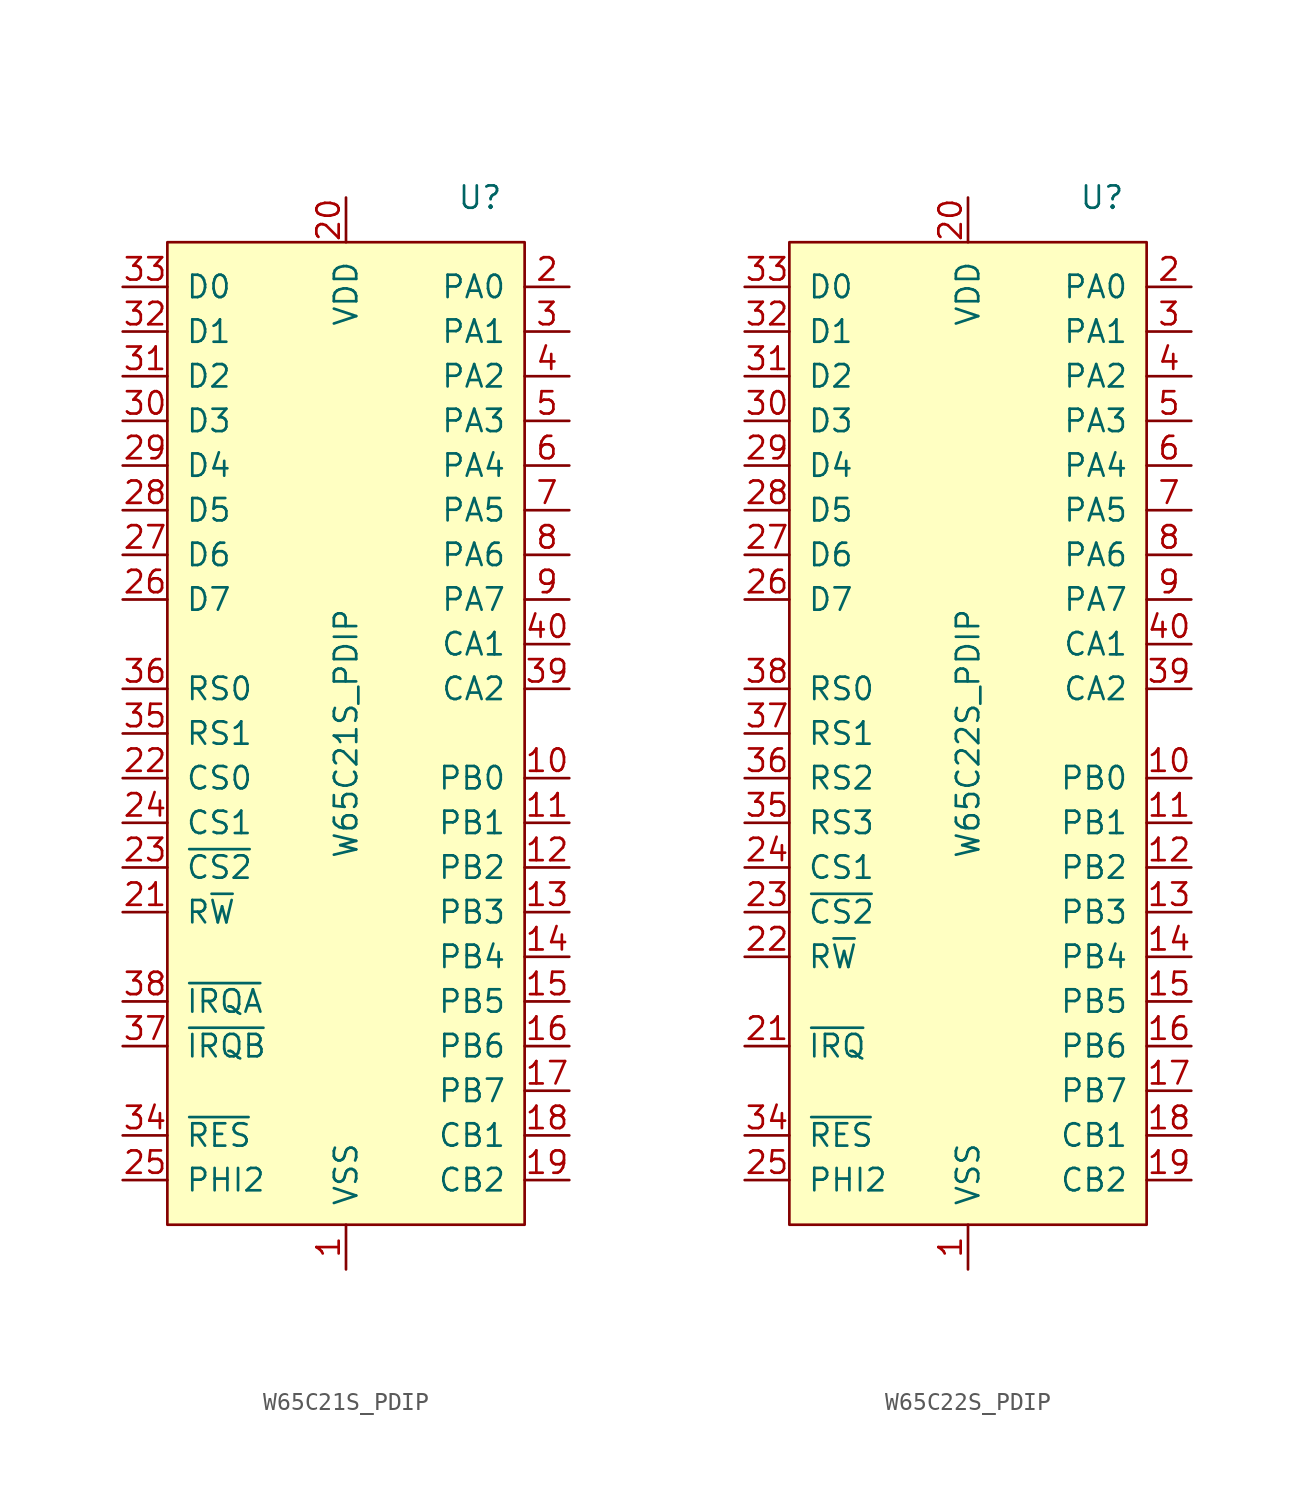
<source format=kicad_sym>
(kicad_symbol_lib
  (version 20211014)
  (generator kicad_symbol_editor)
  (symbol "W65C21S_PDIP"
    (pin_names
      (offset 1.016))
    (property "Reference" "U"
      (at 7.62 30.48 0)
      (effects (font (size 1.27 1.27))))
    (property "Value" "W65C21S_PDIP"
      (at 0 0 90)
      (effects (font (size 1.27 1.27))))
    (symbol "W65C21S_PDIP_0_1"
      (rectangle (start 10.16 27.94) (end -10.16 -27.94) (stroke (width 0) (type default) (color 0 0 0 0)) (fill (type background))))
    (symbol "W65C21S_PDIP_1_1"
      (pin power_in line (at 0 -30.48 90) (length 2.54) (name "VSS" (effects (font (size 1.27 1.27)))) (number "1" (effects (font (size 1.27 1.27)))))
      (pin bidirectional line (at 12.7 -2.54 180) (length 2.54) (name "PB0" (effects (font (size 1.27 1.27)))) (number "10" (effects (font (size 1.27 1.27)))))
      (pin bidirectional line (at 12.7 -5.08 180) (length 2.54) (name "PB1" (effects (font (size 1.27 1.27)))) (number "11" (effects (font (size 1.27 1.27)))))
      (pin bidirectional line (at 12.7 -7.62 180) (length 2.54) (name "PB2" (effects (font (size 1.27 1.27)))) (number "12" (effects (font (size 1.27 1.27)))))
      (pin bidirectional line (at 12.7 -10.16 180) (length 2.54) (name "PB3" (effects (font (size 1.27 1.27)))) (number "13" (effects (font (size 1.27 1.27)))))
      (pin bidirectional line (at 12.7 -12.7 180) (length 2.54) (name "PB4" (effects (font (size 1.27 1.27)))) (number "14" (effects (font (size 1.27 1.27)))))
      (pin bidirectional line (at 12.7 -15.24 180) (length 2.54) (name "PB5" (effects (font (size 1.27 1.27)))) (number "15" (effects (font (size 1.27 1.27)))))
      (pin bidirectional line (at 12.7 -17.78 180) (length 2.54) (name "PB6" (effects (font (size 1.27 1.27)))) (number "16" (effects (font (size 1.27 1.27)))))
      (pin bidirectional line (at 12.7 -20.32 180) (length 2.54) (name "PB7" (effects (font (size 1.27 1.27)))) (number "17" (effects (font (size 1.27 1.27)))))
      (pin bidirectional line (at 12.7 -22.86 180) (length 2.54) (name "CB1" (effects (font (size 1.27 1.27)))) (number "18" (effects (font (size 1.27 1.27)))))
      (pin bidirectional line (at 12.7 -25.4 180) (length 2.54) (name "CB2" (effects (font (size 1.27 1.27)))) (number "19" (effects (font (size 1.27 1.27)))))
      (pin bidirectional line (at 12.7 25.4 180) (length 2.54) (name "PA0" (effects (font (size 1.27 1.27)))) (number "2" (effects (font (size 1.27 1.27)))))
      (pin power_in line (at 0 30.48 270) (length 2.54) (name "VDD" (effects (font (size 1.27 1.27)))) (number "20" (effects (font (size 1.27 1.27)))))
      (pin input line (at -12.7 -10.16 0) (length 2.54) (name "R~{W}" (effects (font (size 1.27 1.27)))) (number "21" (effects (font (size 1.27 1.27)))))
      (pin input line (at -12.7 -2.54 0) (length 2.54) (name "CS0" (effects (font (size 1.27 1.27)))) (number "22" (effects (font (size 1.27 1.27)))))
      (pin input line (at -12.7 -7.62 0) (length 2.54) (name "~{CS2}" (effects (font (size 1.27 1.27)))) (number "23" (effects (font (size 1.27 1.27)))))
      (pin input line (at -12.7 -5.08 0) (length 2.54) (name "CS1" (effects (font (size 1.27 1.27)))) (number "24" (effects (font (size 1.27 1.27)))))
      (pin input line (at -12.7 -25.4 0) (length 2.54) (name "PHI2" (effects (font (size 1.27 1.27)))) (number "25" (effects (font (size 1.27 1.27)))))
      (pin bidirectional line (at -12.7 7.62 0) (length 2.54) (name "D7" (effects (font (size 1.27 1.27)))) (number "26" (effects (font (size 1.27 1.27)))))
      (pin bidirectional line (at -12.7 10.16 0) (length 2.54) (name "D6" (effects (font (size 1.27 1.27)))) (number "27" (effects (font (size 1.27 1.27)))))
      (pin bidirectional line (at -12.7 12.7 0) (length 2.54) (name "D5" (effects (font (size 1.27 1.27)))) (number "28" (effects (font (size 1.27 1.27)))))
      (pin bidirectional line (at -12.7 15.24 0) (length 2.54) (name "D4" (effects (font (size 1.27 1.27)))) (number "29" (effects (font (size 1.27 1.27)))))
      (pin bidirectional line (at 12.7 22.86 180) (length 2.54) (name "PA1" (effects (font (size 1.27 1.27)))) (number "3" (effects (font (size 1.27 1.27)))))
      (pin bidirectional line (at -12.7 17.78 0) (length 2.54) (name "D3" (effects (font (size 1.27 1.27)))) (number "30" (effects (font (size 1.27 1.27)))))
      (pin bidirectional line (at -12.7 20.32 0) (length 2.54) (name "D2" (effects (font (size 1.27 1.27)))) (number "31" (effects (font (size 1.27 1.27)))))
      (pin bidirectional line (at -12.7 22.86 0) (length 2.54) (name "D1" (effects (font (size 1.27 1.27)))) (number "32" (effects (font (size 1.27 1.27)))))
      (pin bidirectional line (at -12.7 25.4 0) (length 2.54) (name "D0" (effects (font (size 1.27 1.27)))) (number "33" (effects (font (size 1.27 1.27)))))
      (pin input line (at -12.7 -22.86 0) (length 2.54) (name "~{RES}" (effects (font (size 1.27 1.27)))) (number "34" (effects (font (size 1.27 1.27)))))
      (pin input line (at -12.7 0 0) (length 2.54) (name "RS1" (effects (font (size 1.27 1.27)))) (number "35" (effects (font (size 1.27 1.27)))))
      (pin input line (at -12.7 2.54 0) (length 2.54) (name "RS0" (effects (font (size 1.27 1.27)))) (number "36" (effects (font (size 1.27 1.27)))))
      (pin output line (at -12.7 -17.78 0) (length 2.54) (name "~{IRQB}" (effects (font (size 1.27 1.27)))) (number "37" (effects (font (size 1.27 1.27)))))
      (pin output line (at -12.7 -15.24 0) (length 2.54) (name "~{IRQA}" (effects (font (size 1.27 1.27)))) (number "38" (effects (font (size 1.27 1.27)))))
      (pin bidirectional line (at 12.7 2.54 180) (length 2.54) (name "CA2" (effects (font (size 1.27 1.27)))) (number "39" (effects (font (size 1.27 1.27)))))
      (pin bidirectional line (at 12.7 20.32 180) (length 2.54) (name "PA2" (effects (font (size 1.27 1.27)))) (number "4" (effects (font (size 1.27 1.27)))))
      (pin bidirectional line (at 12.7 5.08 180) (length 2.54) (name "CA1" (effects (font (size 1.27 1.27)))) (number "40" (effects (font (size 1.27 1.27)))))
      (pin bidirectional line (at 12.7 17.78 180) (length 2.54) (name "PA3" (effects (font (size 1.27 1.27)))) (number "5" (effects (font (size 1.27 1.27)))))
      (pin bidirectional line (at 12.7 15.24 180) (length 2.54) (name "PA4" (effects (font (size 1.27 1.27)))) (number "6" (effects (font (size 1.27 1.27)))))
      (pin bidirectional line (at 12.7 12.7 180) (length 2.54) (name "PA5" (effects (font (size 1.27 1.27)))) (number "7" (effects (font (size 1.27 1.27)))))
      (pin bidirectional line (at 12.7 10.16 180) (length 2.54) (name "PA6" (effects (font (size 1.27 1.27)))) (number "8" (effects (font (size 1.27 1.27)))))
      (pin bidirectional line (at 12.7 7.62 180) (length 2.54) (name "PA7" (effects (font (size 1.27 1.27)))) (number "9" (effects (font (size 1.27 1.27)))))))
  (symbol "W65C22S_PDIP"
    (pin_names
      (offset 1.016))
    (property "Reference" "U"
      (at 7.62 30.48 0)
      (effects (font (size 1.27 1.27))))
    (property "Value" "W65C22S_PDIP"
      (at 0 0 90)
      (effects (font (size 1.27 1.27))))
    (symbol "W65C22S_PDIP_0_1"
      (rectangle (start 10.16 27.94) (end -10.16 -27.94) (stroke (width 0) (type default) (color 0 0 0 0)) (fill (type background))))
    (symbol "W65C22S_PDIP_1_1"
      (pin power_in line (at 0 -30.48 90) (length 2.54) (name "VSS" (effects (font (size 1.27 1.27)))) (number "1" (effects (font (size 1.27 1.27)))))
      (pin bidirectional line (at 12.7 -2.54 180) (length 2.54) (name "PB0" (effects (font (size 1.27 1.27)))) (number "10" (effects (font (size 1.27 1.27)))))
      (pin bidirectional line (at 12.7 -5.08 180) (length 2.54) (name "PB1" (effects (font (size 1.27 1.27)))) (number "11" (effects (font (size 1.27 1.27)))))
      (pin bidirectional line (at 12.7 -7.62 180) (length 2.54) (name "PB2" (effects (font (size 1.27 1.27)))) (number "12" (effects (font (size 1.27 1.27)))))
      (pin bidirectional line (at 12.7 -10.16 180) (length 2.54) (name "PB3" (effects (font (size 1.27 1.27)))) (number "13" (effects (font (size 1.27 1.27)))))
      (pin bidirectional line (at 12.7 -12.7 180) (length 2.54) (name "PB4" (effects (font (size 1.27 1.27)))) (number "14" (effects (font (size 1.27 1.27)))))
      (pin bidirectional line (at 12.7 -15.24 180) (length 2.54) (name "PB5" (effects (font (size 1.27 1.27)))) (number "15" (effects (font (size 1.27 1.27)))))
      (pin bidirectional line (at 12.7 -17.78 180) (length 2.54) (name "PB6" (effects (font (size 1.27 1.27)))) (number "16" (effects (font (size 1.27 1.27)))))
      (pin bidirectional line (at 12.7 -20.32 180) (length 2.54) (name "PB7" (effects (font (size 1.27 1.27)))) (number "17" (effects (font (size 1.27 1.27)))))
      (pin bidirectional line (at 12.7 -22.86 180) (length 2.54) (name "CB1" (effects (font (size 1.27 1.27)))) (number "18" (effects (font (size 1.27 1.27)))))
      (pin bidirectional line (at 12.7 -25.4 180) (length 2.54) (name "CB2" (effects (font (size 1.27 1.27)))) (number "19" (effects (font (size 1.27 1.27)))))
      (pin bidirectional line (at 12.7 25.4 180) (length 2.54) (name "PA0" (effects (font (size 1.27 1.27)))) (number "2" (effects (font (size 1.27 1.27)))))
      (pin power_in line (at 0 30.48 270) (length 2.54) (name "VDD" (effects (font (size 1.27 1.27)))) (number "20" (effects (font (size 1.27 1.27)))))
      (pin output line (at -12.7 -17.78 0) (length 2.54) (name "~{IRQ}" (effects (font (size 1.27 1.27)))) (number "21" (effects (font (size 1.27 1.27)))))
      (pin input line (at -12.7 -12.7 0) (length 2.54) (name "R~{W}" (effects (font (size 1.27 1.27)))) (number "22" (effects (font (size 1.27 1.27)))))
      (pin input line (at -12.7 -10.16 0) (length 2.54) (name "~{CS2}" (effects (font (size 1.27 1.27)))) (number "23" (effects (font (size 1.27 1.27)))))
      (pin input line (at -12.7 -7.62 0) (length 2.54) (name "CS1" (effects (font (size 1.27 1.27)))) (number "24" (effects (font (size 1.27 1.27)))))
      (pin input line (at -12.7 -25.4 0) (length 2.54) (name "PHI2" (effects (font (size 1.27 1.27)))) (number "25" (effects (font (size 1.27 1.27)))))
      (pin bidirectional line (at -12.7 7.62 0) (length 2.54) (name "D7" (effects (font (size 1.27 1.27)))) (number "26" (effects (font (size 1.27 1.27)))))
      (pin bidirectional line (at -12.7 10.16 0) (length 2.54) (name "D6" (effects (font (size 1.27 1.27)))) (number "27" (effects (font (size 1.27 1.27)))))
      (pin bidirectional line (at -12.7 12.7 0) (length 2.54) (name "D5" (effects (font (size 1.27 1.27)))) (number "28" (effects (font (size 1.27 1.27)))))
      (pin bidirectional line (at -12.7 15.24 0) (length 2.54) (name "D4" (effects (font (size 1.27 1.27)))) (number "29" (effects (font (size 1.27 1.27)))))
      (pin bidirectional line (at 12.7 22.86 180) (length 2.54) (name "PA1" (effects (font (size 1.27 1.27)))) (number "3" (effects (font (size 1.27 1.27)))))
      (pin bidirectional line (at -12.7 17.78 0) (length 2.54) (name "D3" (effects (font (size 1.27 1.27)))) (number "30" (effects (font (size 1.27 1.27)))))
      (pin bidirectional line (at -12.7 20.32 0) (length 2.54) (name "D2" (effects (font (size 1.27 1.27)))) (number "31" (effects (font (size 1.27 1.27)))))
      (pin bidirectional line (at -12.7 22.86 0) (length 2.54) (name "D1" (effects (font (size 1.27 1.27)))) (number "32" (effects (font (size 1.27 1.27)))))
      (pin bidirectional line (at -12.7 25.4 0) (length 2.54) (name "D0" (effects (font (size 1.27 1.27)))) (number "33" (effects (font (size 1.27 1.27)))))
      (pin input line (at -12.7 -22.86 0) (length 2.54) (name "~{RES}" (effects (font (size 1.27 1.27)))) (number "34" (effects (font (size 1.27 1.27)))))
      (pin input line (at -12.7 -5.08 0) (length 2.54) (name "RS3" (effects (font (size 1.27 1.27)))) (number "35" (effects (font (size 1.27 1.27)))))
      (pin input line (at -12.7 -2.54 0) (length 2.54) (name "RS2" (effects (font (size 1.27 1.27)))) (number "36" (effects (font (size 1.27 1.27)))))
      (pin input line (at -12.7 0 0) (length 2.54) (name "RS1" (effects (font (size 1.27 1.27)))) (number "37" (effects (font (size 1.27 1.27)))))
      (pin input line (at -12.7 2.54 0) (length 2.54) (name "RS0" (effects (font (size 1.27 1.27)))) (number "38" (effects (font (size 1.27 1.27)))))
      (pin bidirectional line (at 12.7 2.54 180) (length 2.54) (name "CA2" (effects (font (size 1.27 1.27)))) (number "39" (effects (font (size 1.27 1.27)))))
      (pin bidirectional line (at 12.7 20.32 180) (length 2.54) (name "PA2" (effects (font (size 1.27 1.27)))) (number "4" (effects (font (size 1.27 1.27)))))
      (pin bidirectional line (at 12.7 5.08 180) (length 2.54) (name "CA1" (effects (font (size 1.27 1.27)))) (number "40" (effects (font (size 1.27 1.27)))))
      (pin bidirectional line (at 12.7 17.78 180) (length 2.54) (name "PA3" (effects (font (size 1.27 1.27)))) (number "5" (effects (font (size 1.27 1.27)))))
      (pin bidirectional line (at 12.7 15.24 180) (length 2.54) (name "PA4" (effects (font (size 1.27 1.27)))) (number "6" (effects (font (size 1.27 1.27)))))
      (pin bidirectional line (at 12.7 12.7 180) (length 2.54) (name "PA5" (effects (font (size 1.27 1.27)))) (number "7" (effects (font (size 1.27 1.27)))))
      (pin bidirectional line (at 12.7 10.16 180) (length 2.54) (name "PA6" (effects (font (size 1.27 1.27)))) (number "8" (effects (font (size 1.27 1.27)))))
      (pin bidirectional line (at 12.7 7.62 180) (length 2.54) (name "PA7" (effects (font (size 1.27 1.27)))) (number "9" (effects (font (size 1.27 1.27))))))))
</source>
